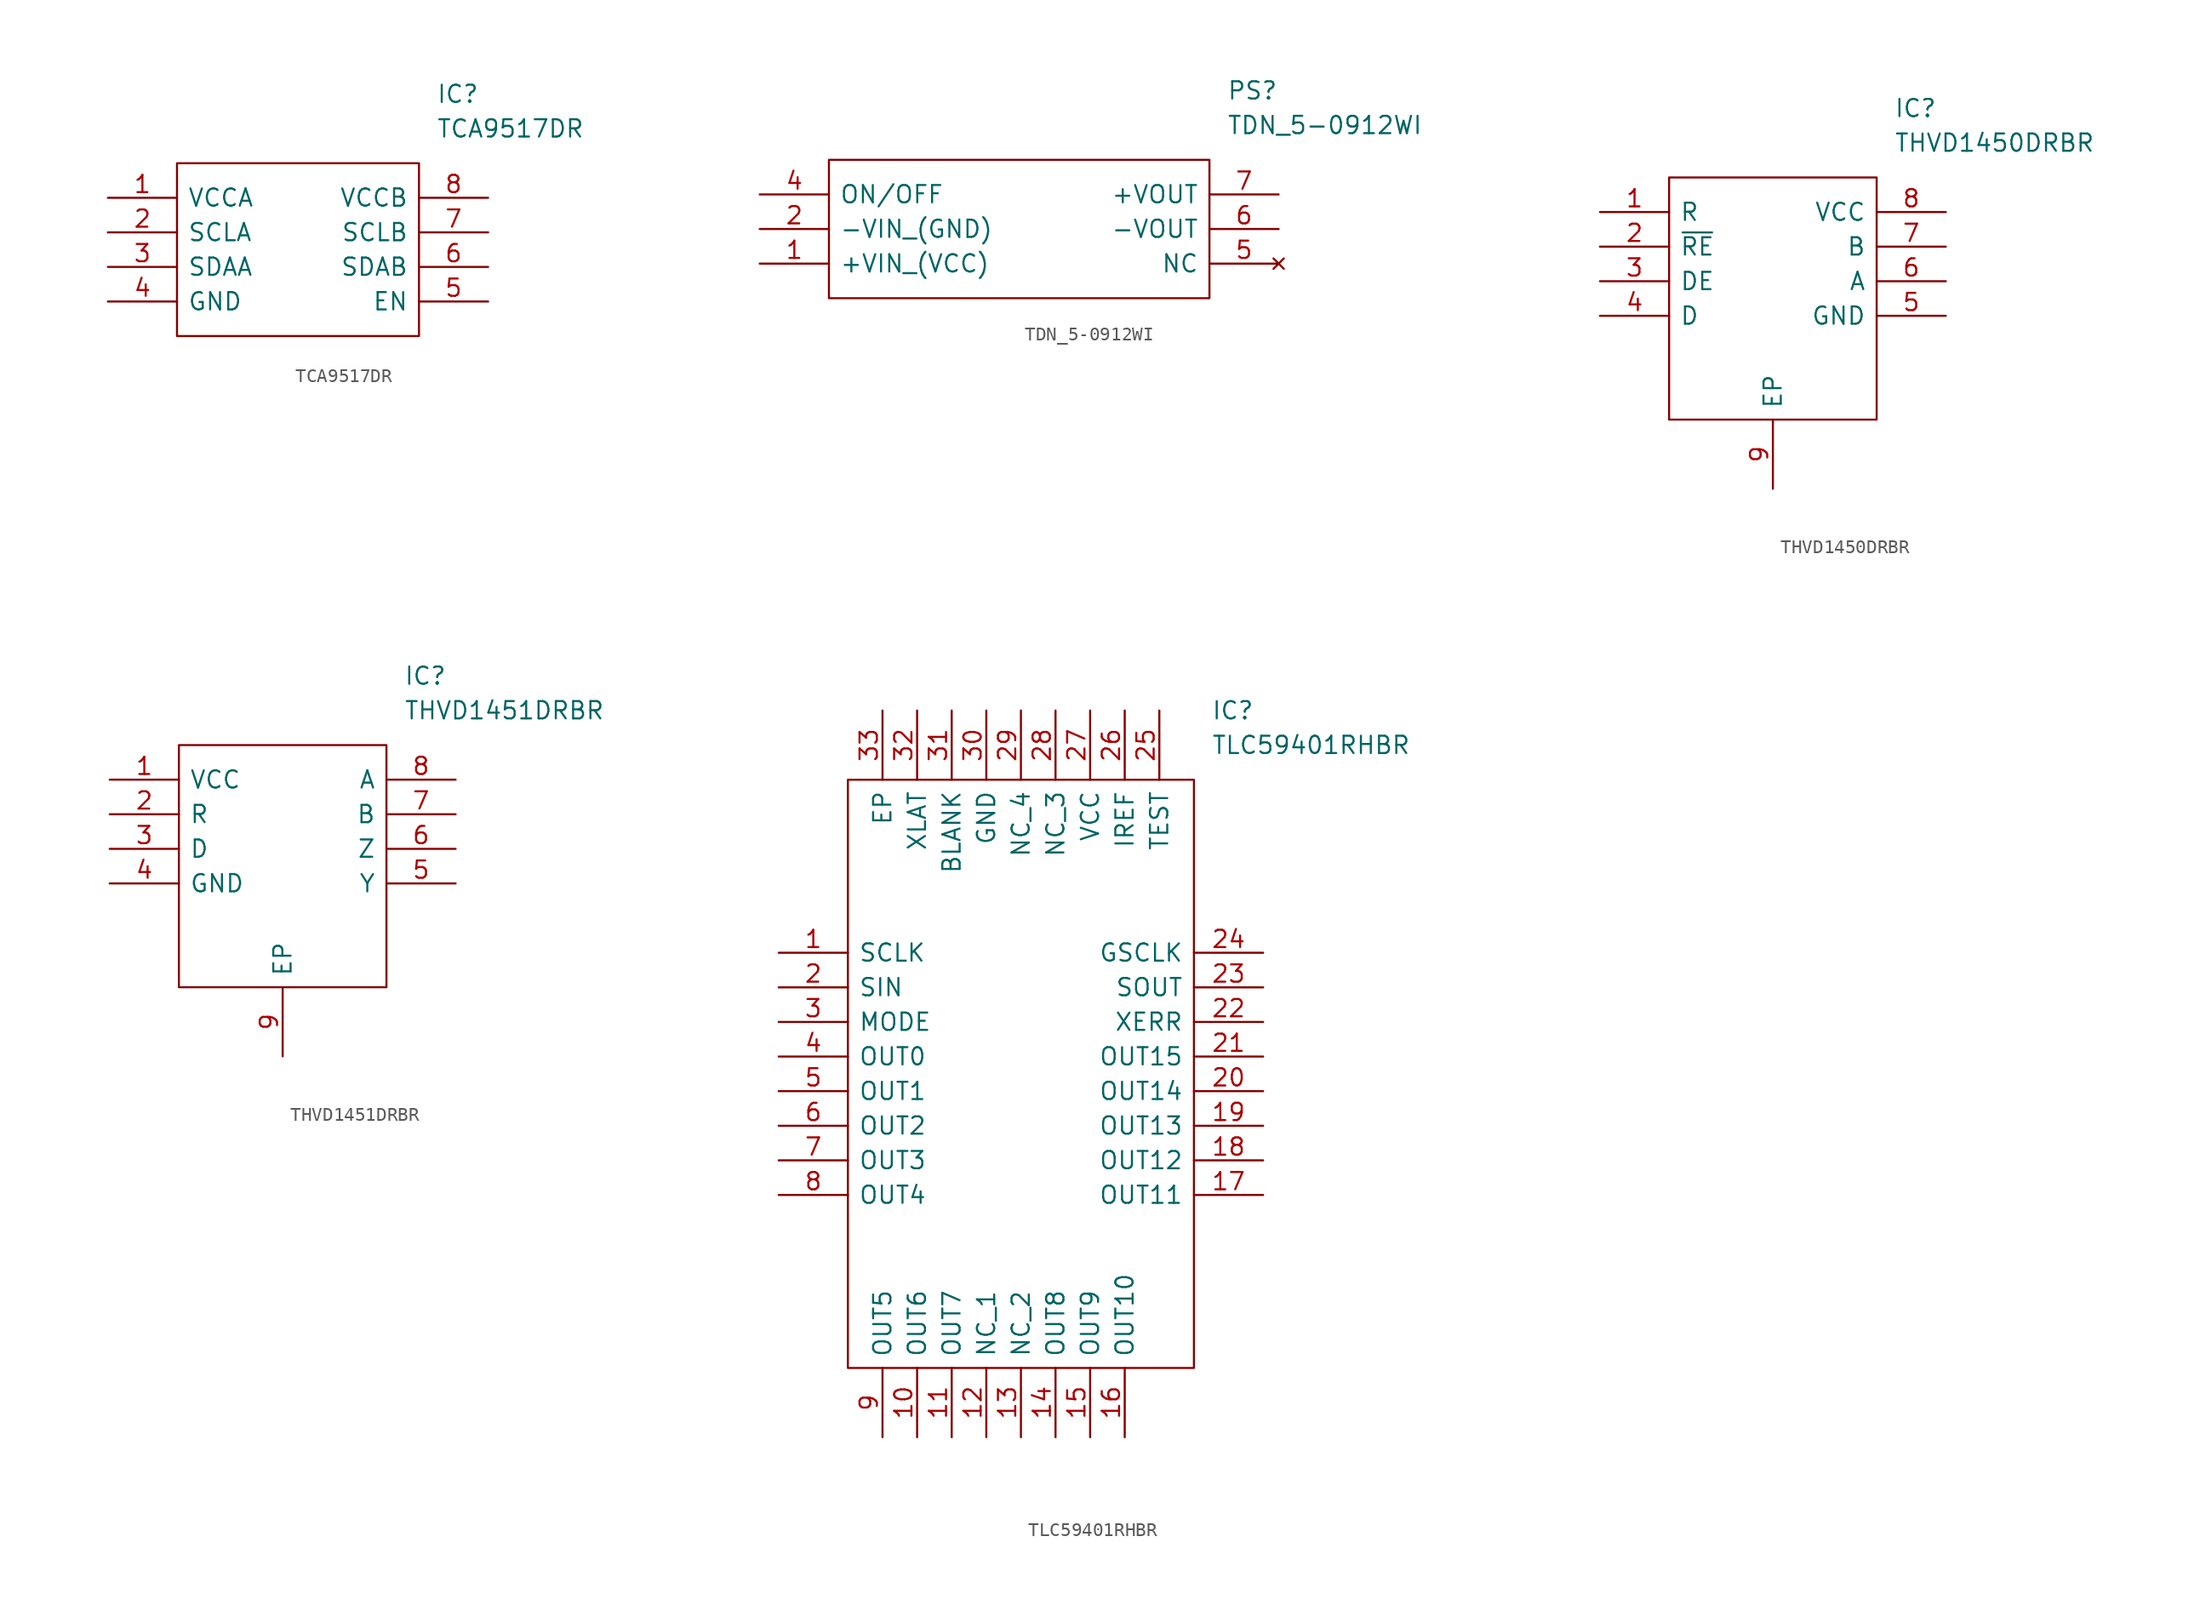
<source format=kicad_sym>
(kicad_symbol_lib
  (version 20241209)
  (generator "kicad_symbol_editor")
  (generator_version "9.0")
  (symbol "TCA9517DR"
    (pin_names
      (offset 0.762))
    (property "Reference" "IC"
      (at 24.13 7.62 0)
      (effects (font (size 1.27 1.27)) (justify left)))
    (property "Value" "TCA9517DR"
      (at 24.13 5.08 0)
      (effects (font (size 1.27 1.27)) (justify left)))
    (symbol "TCA9517DR_0_0"
      (pin passive line (at 0 0 0) (length 5.08) (name "VCCA" (effects (font (size 1.27 1.27)))) (number "1" (effects (font (size 1.27 1.27)))))
      (pin passive line (at 0 -2.54 0) (length 5.08) (name "SCLA" (effects (font (size 1.27 1.27)))) (number "2" (effects (font (size 1.27 1.27)))))
      (pin passive line (at 0 -5.08 0) (length 5.08) (name "SDAA" (effects (font (size 1.27 1.27)))) (number "3" (effects (font (size 1.27 1.27)))))
      (pin passive line (at 0 -7.62 0) (length 5.08) (name "GND" (effects (font (size 1.27 1.27)))) (number "4" (effects (font (size 1.27 1.27)))))
      (pin passive line (at 27.94 0 180) (length 5.08) (name "VCCB" (effects (font (size 1.27 1.27)))) (number "8" (effects (font (size 1.27 1.27)))))
      (pin passive line (at 27.94 -2.54 180) (length 5.08) (name "SCLB" (effects (font (size 1.27 1.27)))) (number "7" (effects (font (size 1.27 1.27)))))
      (pin passive line (at 27.94 -5.08 180) (length 5.08) (name "SDAB" (effects (font (size 1.27 1.27)))) (number "6" (effects (font (size 1.27 1.27)))))
      (pin passive line (at 27.94 -7.62 180) (length 5.08) (name "EN" (effects (font (size 1.27 1.27)))) (number "5" (effects (font (size 1.27 1.27))))))
    (symbol "TCA9517DR_0_1"
      (polyline (pts (xy 5.08 2.54) (xy 22.86 2.54) (xy 22.86 -10.16) (xy 5.08 -10.16) (xy 5.08 2.54)) (stroke (width 0.152) (type solid)) (fill (type none)))))
  (symbol "TDN_5-0912WI"
    (pin_names
      (offset 0.762))
    (property "Reference" "PS"
      (at 34.29 7.62 0)
      (effects (font (size 1.27 1.27)) (justify left)))
    (property "Value" "TDN_5-0912WI"
      (at 34.29 5.08 0)
      (effects (font (size 1.27 1.27)) (justify left)))
    (symbol "TDN_5-0912WI_0_0"
      (pin passive line (at 0 0 0) (length 5.08) (name "ON/OFF" (effects (font (size 1.27 1.27)))) (number "4" (effects (font (size 1.27 1.27)))))
      (pin passive line (at 0 -2.54 0) (length 5.08) (name "-VIN_(GND)" (effects (font (size 1.27 1.27)))) (number "2" (effects (font (size 1.27 1.27)))))
      (pin passive line (at 0 -5.08 0) (length 5.08) (name "+VIN_(VCC)" (effects (font (size 1.27 1.27)))) (number "1" (effects (font (size 1.27 1.27)))))
      (pin passive line (at 38.1 0 180) (length 5.08) (name "+VOUT" (effects (font (size 1.27 1.27)))) (number "7" (effects (font (size 1.27 1.27)))))
      (pin passive line (at 38.1 -2.54 180) (length 5.08) (name "-VOUT" (effects (font (size 1.27 1.27)))) (number "6" (effects (font (size 1.27 1.27)))))
      (pin no_connect line (at 38.1 -5.08 180) (length 5.08) (name "NC" (effects (font (size 1.27 1.27)))) (number "5" (effects (font (size 1.27 1.27))))))
    (symbol "TDN_5-0912WI_0_1"
      (polyline (pts (xy 5.08 2.54) (xy 33.02 2.54) (xy 33.02 -7.62) (xy 5.08 -7.62) (xy 5.08 2.54)) (stroke (width 0.152) (type solid)) (fill (type none)))))
  (symbol "THVD1450DRBR"
    (pin_names
      (offset 0.762))
    (property "Reference" "IC"
      (at 21.59 7.62 0)
      (effects (font (size 1.27 1.27)) (justify left)))
    (property "Value" "THVD1450DRBR"
      (at 21.59 5.08 0)
      (effects (font (size 1.27 1.27)) (justify left)))
    (symbol "THVD1450DRBR_0_0"
      (pin passive line (at 0 0 0) (length 5.08) (name "R" (effects (font (size 1.27 1.27)))) (number "1" (effects (font (size 1.27 1.27)))))
      (pin passive line (at 0 -2.54 0) (length 5.08) (name "~{RE}" (effects (font (size 1.27 1.27)))) (number "2" (effects (font (size 1.27 1.27)))))
      (pin passive line (at 0 -5.08 0) (length 5.08) (name "DE" (effects (font (size 1.27 1.27)))) (number "3" (effects (font (size 1.27 1.27)))))
      (pin passive line (at 0 -7.62 0) (length 5.08) (name "D" (effects (font (size 1.27 1.27)))) (number "4" (effects (font (size 1.27 1.27)))))
      (pin passive line (at 12.7 -20.32 90) (length 5.08) (name "EP" (effects (font (size 1.27 1.27)))) (number "9" (effects (font (size 1.27 1.27)))))
      (pin passive line (at 25.4 0 180) (length 5.08) (name "VCC" (effects (font (size 1.27 1.27)))) (number "8" (effects (font (size 1.27 1.27)))))
      (pin passive line (at 25.4 -2.54 180) (length 5.08) (name "B" (effects (font (size 1.27 1.27)))) (number "7" (effects (font (size 1.27 1.27)))))
      (pin passive line (at 25.4 -5.08 180) (length 5.08) (name "A" (effects (font (size 1.27 1.27)))) (number "6" (effects (font (size 1.27 1.27)))))
      (pin passive line (at 25.4 -7.62 180) (length 5.08) (name "GND" (effects (font (size 1.27 1.27)))) (number "5" (effects (font (size 1.27 1.27))))))
    (symbol "THVD1450DRBR_0_1"
      (polyline (pts (xy 5.08 2.54) (xy 20.32 2.54) (xy 20.32 -15.24) (xy 5.08 -15.24) (xy 5.08 2.54)) (stroke (width 0.152) (type solid)) (fill (type none)))))
  (symbol "THVD1451DRBR"
    (pin_names
      (offset 0.762))
    (property "Reference" "IC"
      (at 21.59 7.62 0)
      (effects (font (size 1.27 1.27)) (justify left)))
    (property "Value" "THVD1451DRBR"
      (at 21.59 5.08 0)
      (effects (font (size 1.27 1.27)) (justify left)))
    (symbol "THVD1451DRBR_0_0"
      (pin passive line (at 0 0 0) (length 5.08) (name "VCC" (effects (font (size 1.27 1.27)))) (number "1" (effects (font (size 1.27 1.27)))))
      (pin passive line (at 0 -2.54 0) (length 5.08) (name "R" (effects (font (size 1.27 1.27)))) (number "2" (effects (font (size 1.27 1.27)))))
      (pin passive line (at 0 -5.08 0) (length 5.08) (name "D" (effects (font (size 1.27 1.27)))) (number "3" (effects (font (size 1.27 1.27)))))
      (pin passive line (at 0 -7.62 0) (length 5.08) (name "GND" (effects (font (size 1.27 1.27)))) (number "4" (effects (font (size 1.27 1.27)))))
      (pin passive line (at 12.7 -20.32 90) (length 5.08) (name "EP" (effects (font (size 1.27 1.27)))) (number "9" (effects (font (size 1.27 1.27)))))
      (pin passive line (at 25.4 0 180) (length 5.08) (name "A" (effects (font (size 1.27 1.27)))) (number "8" (effects (font (size 1.27 1.27)))))
      (pin passive line (at 25.4 -2.54 180) (length 5.08) (name "B" (effects (font (size 1.27 1.27)))) (number "7" (effects (font (size 1.27 1.27)))))
      (pin passive line (at 25.4 -5.08 180) (length 5.08) (name "Z" (effects (font (size 1.27 1.27)))) (number "6" (effects (font (size 1.27 1.27)))))
      (pin passive line (at 25.4 -7.62 180) (length 5.08) (name "Y" (effects (font (size 1.27 1.27)))) (number "5" (effects (font (size 1.27 1.27))))))
    (symbol "THVD1451DRBR_0_1"
      (polyline (pts (xy 5.08 2.54) (xy 20.32 2.54) (xy 20.32 -15.24) (xy 5.08 -15.24) (xy 5.08 2.54)) (stroke (width 0.152) (type solid)) (fill (type none)))))
  (symbol "TLC59401RHBR"
    (pin_names
      (offset 0.762))
    (property "Reference" "IC"
      (at 31.75 17.78 0)
      (effects (font (size 1.27 1.27)) (justify left)))
    (property "Value" "TLC59401RHBR"
      (at 31.75 15.24 0)
      (effects (font (size 1.27 1.27)) (justify left)))
    (symbol "TLC59401RHBR_0_0"
      (pin passive line (at 0 0 0) (length 5.08) (name "SCLK" (effects (font (size 1.27 1.27)))) (number "1" (effects (font (size 1.27 1.27)))))
      (pin passive line (at 0 -2.54 0) (length 5.08) (name "SIN" (effects (font (size 1.27 1.27)))) (number "2" (effects (font (size 1.27 1.27)))))
      (pin passive line (at 0 -5.08 0) (length 5.08) (name "MODE" (effects (font (size 1.27 1.27)))) (number "3" (effects (font (size 1.27 1.27)))))
      (pin passive line (at 0 -7.62 0) (length 5.08) (name "OUT0" (effects (font (size 1.27 1.27)))) (number "4" (effects (font (size 1.27 1.27)))))
      (pin passive line (at 0 -10.16 0) (length 5.08) (name "OUT1" (effects (font (size 1.27 1.27)))) (number "5" (effects (font (size 1.27 1.27)))))
      (pin passive line (at 0 -12.7 0) (length 5.08) (name "OUT2" (effects (font (size 1.27 1.27)))) (number "6" (effects (font (size 1.27 1.27)))))
      (pin passive line (at 0 -15.24 0) (length 5.08) (name "OUT3" (effects (font (size 1.27 1.27)))) (number "7" (effects (font (size 1.27 1.27)))))
      (pin passive line (at 0 -17.78 0) (length 5.08) (name "OUT4" (effects (font (size 1.27 1.27)))) (number "8" (effects (font (size 1.27 1.27)))))
      (pin passive line (at 7.62 17.78 270) (length 5.08) (name "EP" (effects (font (size 1.27 1.27)))) (number "33" (effects (font (size 1.27 1.27)))))
      (pin passive line (at 7.62 -35.56 90) (length 5.08) (name "OUT5" (effects (font (size 1.27 1.27)))) (number "9" (effects (font (size 1.27 1.27)))))
      (pin passive line (at 10.16 17.78 270) (length 5.08) (name "XLAT" (effects (font (size 1.27 1.27)))) (number "32" (effects (font (size 1.27 1.27)))))
      (pin passive line (at 10.16 -35.56 90) (length 5.08) (name "OUT6" (effects (font (size 1.27 1.27)))) (number "10" (effects (font (size 1.27 1.27)))))
      (pin passive line (at 12.7 17.78 270) (length 5.08) (name "BLANK" (effects (font (size 1.27 1.27)))) (number "31" (effects (font (size 1.27 1.27)))))
      (pin passive line (at 12.7 -35.56 90) (length 5.08) (name "OUT7" (effects (font (size 1.27 1.27)))) (number "11" (effects (font (size 1.27 1.27)))))
      (pin passive line (at 15.24 17.78 270) (length 5.08) (name "GND" (effects (font (size 1.27 1.27)))) (number "30" (effects (font (size 1.27 1.27)))))
      (pin passive line (at 15.24 -35.56 90) (length 5.08) (name "NC_1" (effects (font (size 1.27 1.27)))) (number "12" (effects (font (size 1.27 1.27)))))
      (pin passive line (at 17.78 17.78 270) (length 5.08) (name "NC_4" (effects (font (size 1.27 1.27)))) (number "29" (effects (font (size 1.27 1.27)))))
      (pin passive line (at 17.78 -35.56 90) (length 5.08) (name "NC_2" (effects (font (size 1.27 1.27)))) (number "13" (effects (font (size 1.27 1.27)))))
      (pin passive line (at 20.32 17.78 270) (length 5.08) (name "NC_3" (effects (font (size 1.27 1.27)))) (number "28" (effects (font (size 1.27 1.27)))))
      (pin passive line (at 20.32 -35.56 90) (length 5.08) (name "OUT8" (effects (font (size 1.27 1.27)))) (number "14" (effects (font (size 1.27 1.27)))))
      (pin passive line (at 22.86 17.78 270) (length 5.08) (name "VCC" (effects (font (size 1.27 1.27)))) (number "27" (effects (font (size 1.27 1.27)))))
      (pin passive line (at 22.86 -35.56 90) (length 5.08) (name "OUT9" (effects (font (size 1.27 1.27)))) (number "15" (effects (font (size 1.27 1.27)))))
      (pin passive line (at 25.4 17.78 270) (length 5.08) (name "IREF" (effects (font (size 1.27 1.27)))) (number "26" (effects (font (size 1.27 1.27)))))
      (pin passive line (at 25.4 -35.56 90) (length 5.08) (name "OUT10" (effects (font (size 1.27 1.27)))) (number "16" (effects (font (size 1.27 1.27)))))
      (pin passive line (at 27.94 17.78 270) (length 5.08) (name "TEST" (effects (font (size 1.27 1.27)))) (number "25" (effects (font (size 1.27 1.27)))))
      (pin passive line (at 35.56 0 180) (length 5.08) (name "GSCLK" (effects (font (size 1.27 1.27)))) (number "24" (effects (font (size 1.27 1.27)))))
      (pin passive line (at 35.56 -2.54 180) (length 5.08) (name "SOUT" (effects (font (size 1.27 1.27)))) (number "23" (effects (font (size 1.27 1.27)))))
      (pin passive line (at 35.56 -5.08 180) (length 5.08) (name "XERR" (effects (font (size 1.27 1.27)))) (number "22" (effects (font (size 1.27 1.27)))))
      (pin passive line (at 35.56 -7.62 180) (length 5.08) (name "OUT15" (effects (font (size 1.27 1.27)))) (number "21" (effects (font (size 1.27 1.27)))))
      (pin passive line (at 35.56 -10.16 180) (length 5.08) (name "OUT14" (effects (font (size 1.27 1.27)))) (number "20" (effects (font (size 1.27 1.27)))))
      (pin passive line (at 35.56 -12.7 180) (length 5.08) (name "OUT13" (effects (font (size 1.27 1.27)))) (number "19" (effects (font (size 1.27 1.27)))))
      (pin passive line (at 35.56 -15.24 180) (length 5.08) (name "OUT12" (effects (font (size 1.27 1.27)))) (number "18" (effects (font (size 1.27 1.27)))))
      (pin passive line (at 35.56 -17.78 180) (length 5.08) (name "OUT11" (effects (font (size 1.27 1.27)))) (number "17" (effects (font (size 1.27 1.27))))))
    (symbol "TLC59401RHBR_0_1"
      (polyline (pts (xy 5.08 12.7) (xy 30.48 12.7) (xy 30.48 -30.48) (xy 5.08 -30.48) (xy 5.08 12.7)) (stroke (width 0.152) (type solid)) (fill (type none))))))
</source>
